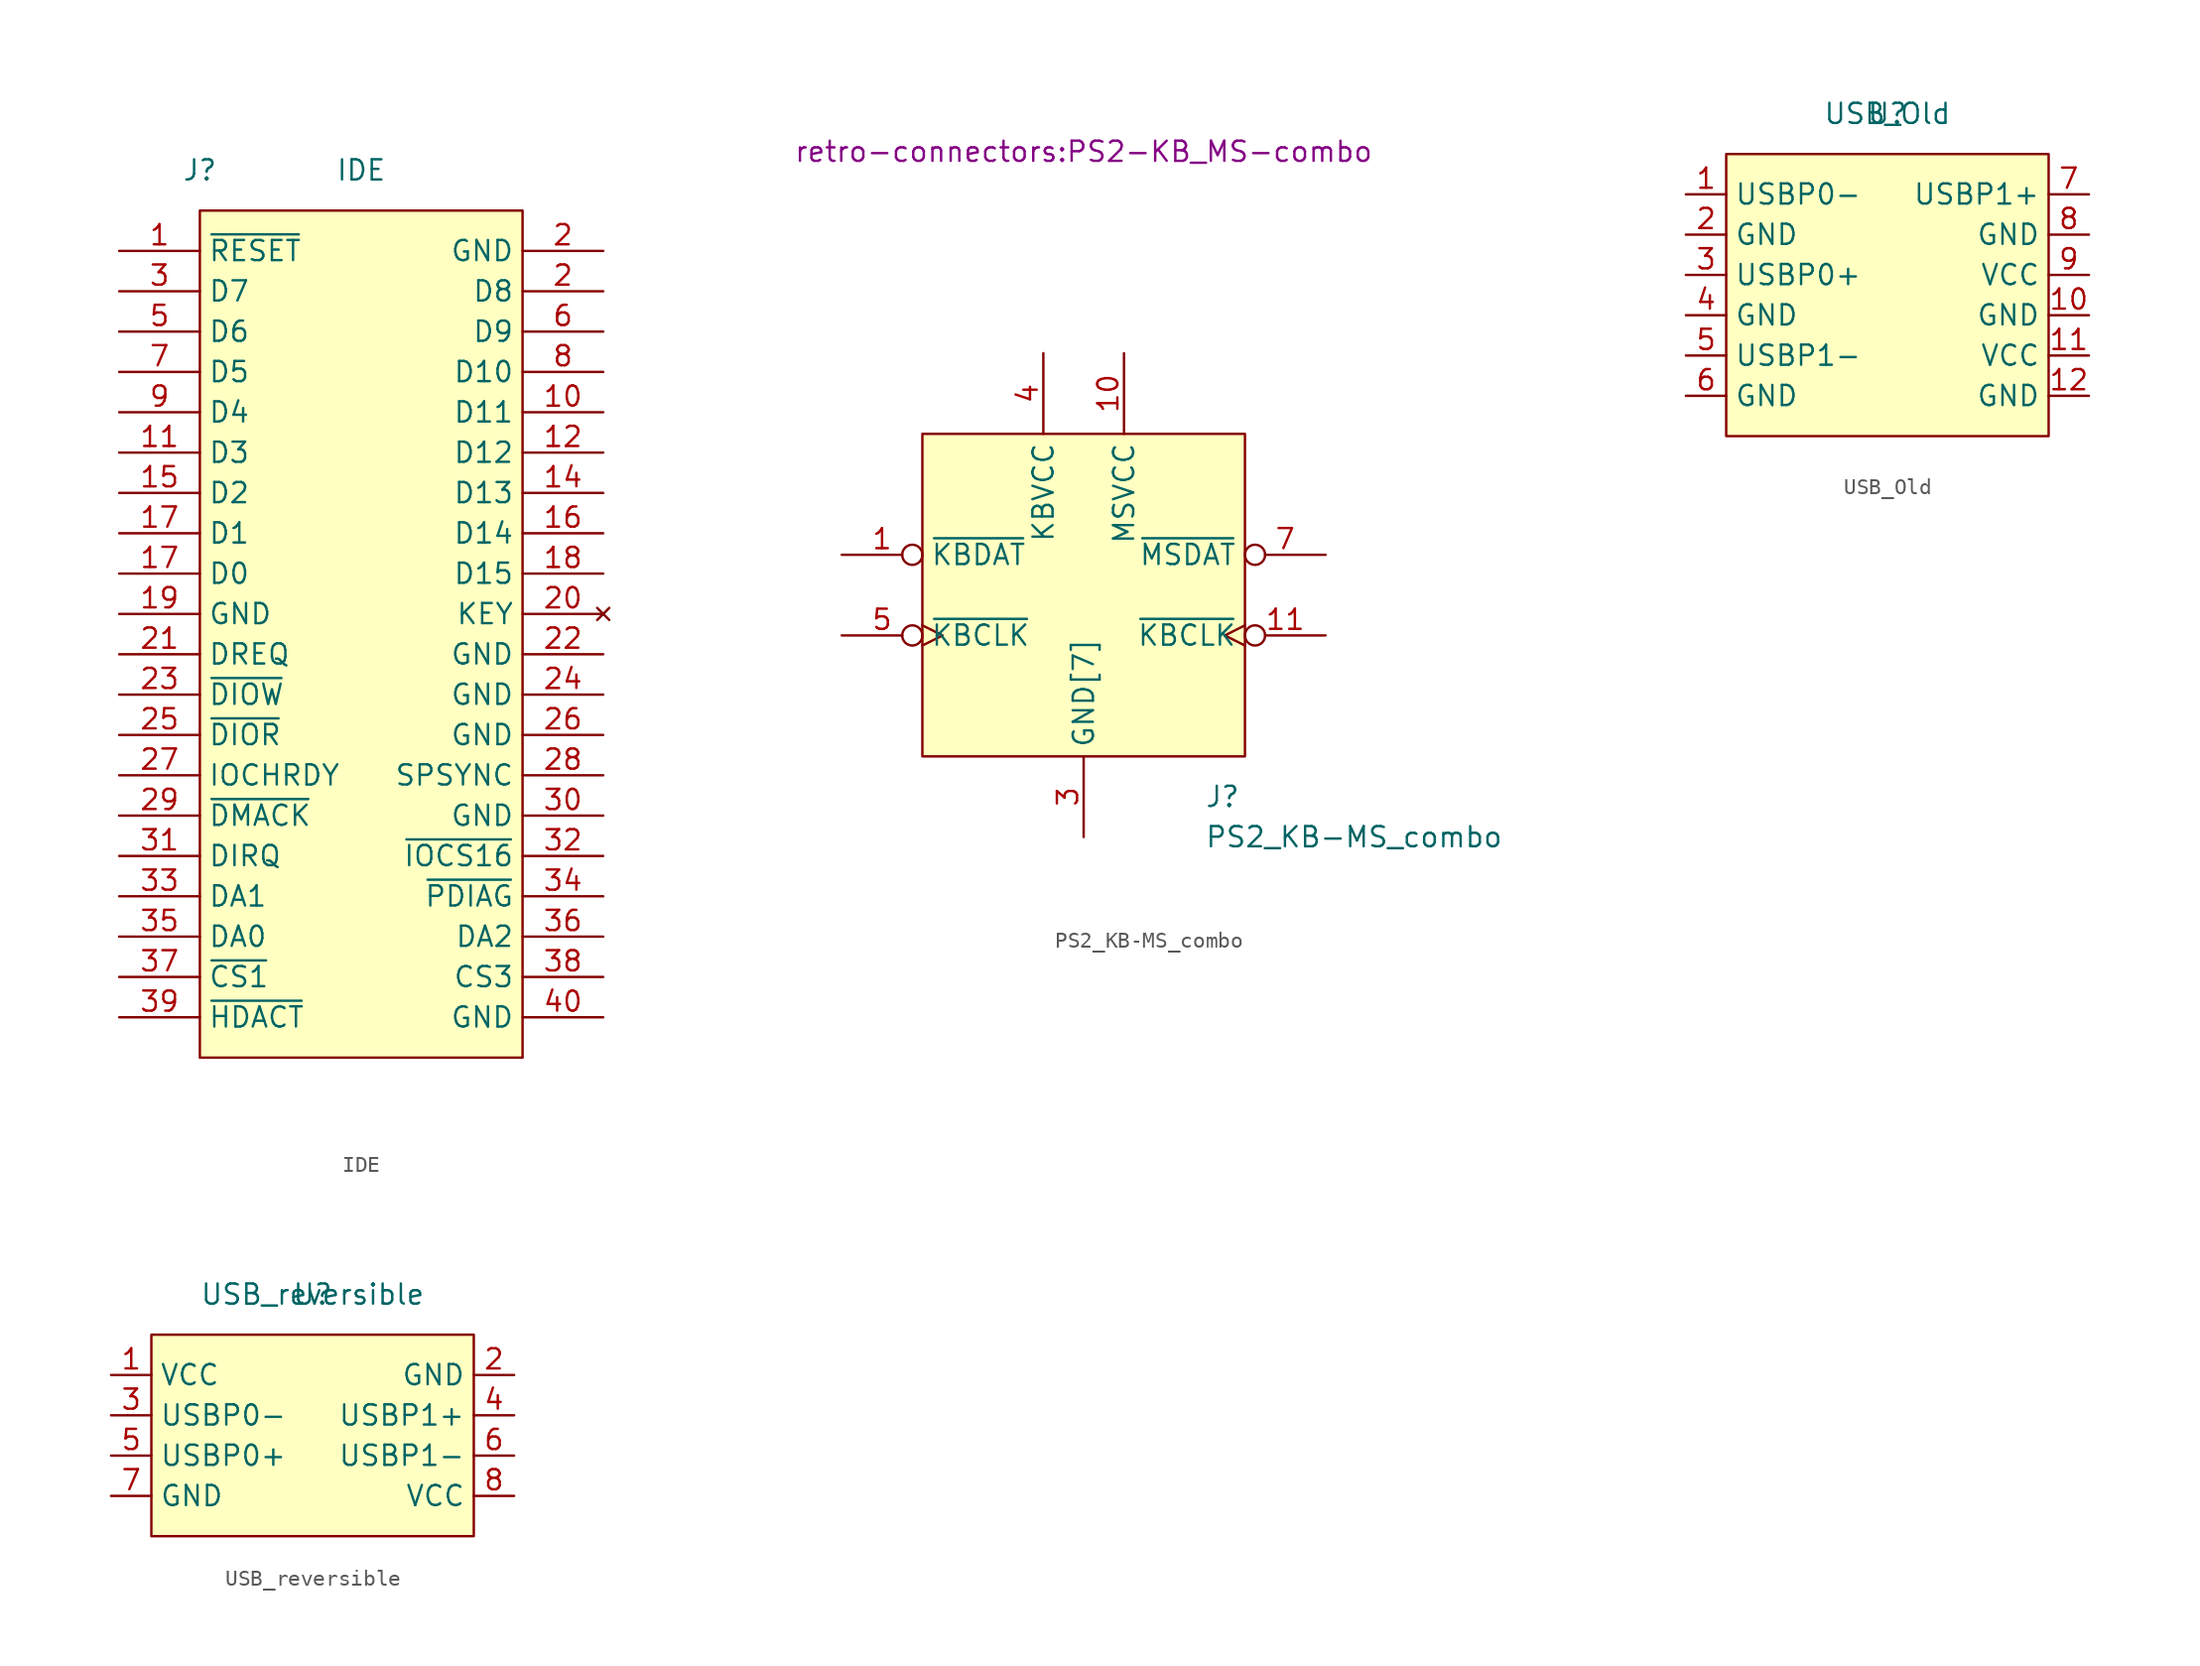
<source format=kicad_sym>
(kicad_symbol_lib
  (version 20211014)
  (generator kicad_symbol_editor)
  (symbol "IDE"
    (property "Reference" "J"
      (at -10.16 22.86 0)
      (effects (font (size 1.27 1.27))))
    (property "Value" "IDE"
      (at 0 22.86 0)
      (effects (font (size 1.27 1.27))))
    (symbol "IDE_0_1"
      (rectangle (start -10.16 20.32) (end 10.16 -33.02) (stroke (width 0.152) (type default) (color 0 0 0 0)) (fill (type background))))
    (symbol "IDE_1_1"
      (pin power_in line (at -15.24 17.78 0) (length 5.08) (name "~{RESET}" (effects (font (size 1.27 1.27)))) (number "1" (effects (font (size 1.27 1.27)))))
      (pin bidirectional line (at 15.24 7.62 180) (length 5.08) (name "D11" (effects (font (size 1.27 1.27)))) (number "10" (effects (font (size 1.27 1.27)))))
      (pin bidirectional line (at -15.24 5.08 0) (length 5.08) (name "D3" (effects (font (size 1.27 1.27)))) (number "11" (effects (font (size 1.27 1.27)))))
      (pin bidirectional line (at 15.24 5.08 180) (length 5.08) (name "D12" (effects (font (size 1.27 1.27)))) (number "12" (effects (font (size 1.27 1.27)))))
      (pin bidirectional line (at 15.24 2.54 180) (length 5.08) (name "D13" (effects (font (size 1.27 1.27)))) (number "14" (effects (font (size 1.27 1.27)))))
      (pin bidirectional line (at -15.24 2.54 0) (length 5.08) (name "D2" (effects (font (size 1.27 1.27)))) (number "15" (effects (font (size 1.27 1.27)))))
      (pin bidirectional line (at 15.24 0 180) (length 5.08) (name "D14" (effects (font (size 1.27 1.27)))) (number "16" (effects (font (size 1.27 1.27)))))
      (pin bidirectional line (at -15.24 -2.54 0) (length 5.08) (name "D0" (effects (font (size 1.27 1.27)))) (number "17" (effects (font (size 1.27 1.27)))))
      (pin bidirectional line (at -15.24 0 0) (length 5.08) (name "D1" (effects (font (size 1.27 1.27)))) (number "17" (effects (font (size 1.27 1.27)))))
      (pin bidirectional line (at 15.24 -2.54 180) (length 5.08) (name "D15" (effects (font (size 1.27 1.27)))) (number "18" (effects (font (size 1.27 1.27)))))
      (pin power_in line (at -15.24 -5.08 0) (length 5.08) (name "GND" (effects (font (size 1.27 1.27)))) (number "19" (effects (font (size 1.27 1.27)))))
      (pin bidirectional line (at 15.24 15.24 180) (length 5.08) (name "D8" (effects (font (size 1.27 1.27)))) (number "2" (effects (font (size 1.27 1.27)))))
      (pin power_in line (at 15.24 17.78 180) (length 5.08) (name "GND" (effects (font (size 1.27 1.27)))) (number "2" (effects (font (size 1.27 1.27)))))
      (pin no_connect line (at 15.24 -5.08 180) (length 5.08) (name "KEY" (effects (font (size 1.27 1.27)))) (number "20" (effects (font (size 1.27 1.27)))))
      (pin output line (at -15.24 -7.62 0) (length 5.08) (name "DREQ" (effects (font (size 1.27 1.27)))) (number "21" (effects (font (size 1.27 1.27)))))
      (pin power_in line (at 15.24 -7.62 180) (length 5.08) (name "GND" (effects (font (size 1.27 1.27)))) (number "22" (effects (font (size 1.27 1.27)))))
      (pin output line (at -15.24 -10.16 0) (length 5.08) (name "~{DIOW}" (effects (font (size 1.27 1.27)))) (number "23" (effects (font (size 1.27 1.27)))))
      (pin power_in line (at 15.24 -10.16 180) (length 5.08) (name "GND" (effects (font (size 1.27 1.27)))) (number "24" (effects (font (size 1.27 1.27)))))
      (pin output line (at -15.24 -12.7 0) (length 5.08) (name "~{DIOR}" (effects (font (size 1.27 1.27)))) (number "25" (effects (font (size 1.27 1.27)))))
      (pin power_in line (at 15.24 -12.7 180) (length 5.08) (name "GND" (effects (font (size 1.27 1.27)))) (number "26" (effects (font (size 1.27 1.27)))))
      (pin input line (at -15.24 -15.24 0) (length 5.08) (name "IOCHRDY" (effects (font (size 1.27 1.27)))) (number "27" (effects (font (size 1.27 1.27)))))
      (pin bidirectional line (at 15.24 -15.24 180) (length 5.08) (name "SPSYNC" (effects (font (size 1.27 1.27)))) (number "28" (effects (font (size 1.27 1.27)))))
      (pin bidirectional line (at -15.24 -17.78 0) (length 5.08) (name "~{DMACK}" (effects (font (size 1.27 1.27)))) (number "29" (effects (font (size 1.27 1.27)))))
      (pin bidirectional line (at -15.24 15.24 0) (length 5.08) (name "D7" (effects (font (size 1.27 1.27)))) (number "3" (effects (font (size 1.27 1.27)))))
      (pin power_in line (at 15.24 -17.78 180) (length 5.08) (name "GND" (effects (font (size 1.27 1.27)))) (number "30" (effects (font (size 1.27 1.27)))))
      (pin input line (at -15.24 -20.32 0) (length 5.08) (name "DIRQ" (effects (font (size 1.27 1.27)))) (number "31" (effects (font (size 1.27 1.27)))))
      (pin output line (at 15.24 -20.32 180) (length 5.08) (name "~{IOCS16}" (effects (font (size 1.27 1.27)))) (number "32" (effects (font (size 1.27 1.27)))))
      (pin output line (at -15.24 -22.86 0) (length 5.08) (name "DA1" (effects (font (size 1.27 1.27)))) (number "33" (effects (font (size 1.27 1.27)))))
      (pin input line (at 15.24 -22.86 180) (length 5.08) (name "~{PDIAG}" (effects (font (size 1.27 1.27)))) (number "34" (effects (font (size 1.27 1.27)))))
      (pin output line (at -15.24 -25.4 0) (length 5.08) (name "DA0" (effects (font (size 1.27 1.27)))) (number "35" (effects (font (size 1.27 1.27)))))
      (pin output line (at 15.24 -25.4 180) (length 5.08) (name "DA2" (effects (font (size 1.27 1.27)))) (number "36" (effects (font (size 1.27 1.27)))))
      (pin input line (at -15.24 -27.94 0) (length 5.08) (name "~{CS1}" (effects (font (size 1.27 1.27)))) (number "37" (effects (font (size 1.27 1.27)))))
      (pin output line (at 15.24 -27.94 180) (length 5.08) (name "CS3" (effects (font (size 1.27 1.27)))) (number "38" (effects (font (size 1.27 1.27)))))
      (pin output line (at -15.24 -30.48 0) (length 5.08) (name "~{HDACT}" (effects (font (size 1.27 1.27)))) (number "39" (effects (font (size 1.27 1.27)))))
      (pin power_in line (at 15.24 -30.48 180) (length 5.08) (name "GND" (effects (font (size 1.27 1.27)))) (number "40" (effects (font (size 1.27 1.27)))))
      (pin bidirectional line (at -15.24 12.7 0) (length 5.08) (name "D6" (effects (font (size 1.27 1.27)))) (number "5" (effects (font (size 1.27 1.27)))))
      (pin bidirectional line (at 15.24 12.7 180) (length 5.08) (name "D9" (effects (font (size 1.27 1.27)))) (number "6" (effects (font (size 1.27 1.27)))))
      (pin bidirectional line (at -15.24 10.16 0) (length 5.08) (name "D5" (effects (font (size 1.27 1.27)))) (number "7" (effects (font (size 1.27 1.27)))))
      (pin bidirectional line (at 15.24 10.16 180) (length 5.08) (name "D10" (effects (font (size 1.27 1.27)))) (number "8" (effects (font (size 1.27 1.27)))))
      (pin bidirectional line (at -15.24 7.62 0) (length 5.08) (name "D4" (effects (font (size 1.27 1.27)))) (number "9" (effects (font (size 1.27 1.27)))))))
  (symbol "PS2_KB-MS_combo"
    (property "Reference" "J"
      (at 7.62 -12.7 0)
      (effects (font (size 1.27 1.27)) (justify left)))
    (property "Value" "PS2_KB-MS_combo"
      (at 7.62 -15.24 0)
      (effects (font (size 1.27 1.27)) (justify left)))
    (property "Footprint" "retro-connectors:PS2-KB_MS-combo"
      (at 0 27.94 0)
      (effects (font (size 1.27 1.27))))
    (symbol "PS2_KB-MS_combo_0_1"
      (rectangle (start -10.16 10.16) (end 10.16 -10.16) (stroke (width 0.152) (type default) (color 0 0 0 0)) (fill (type background))))
    (symbol "PS2_KB-MS_combo_1_1"
      (pin output inverted (at -15.24 2.54 0) (length 5.08) (name "~{KBDAT}" (effects (font (size 1.27 1.27)))) (number "1" (effects (font (size 1.27 1.27)))))
      (pin power_in line (at 2.54 15.24 270) (length 5.08) (name "MSVCC" (effects (font (size 1.27 1.27)))) (number "10" (effects (font (size 1.27 1.27)))))
      (pin input inverted_clock (at 15.24 -2.54 180) (length 5.08) (name "~{KBCLK}" (effects (font (size 1.27 1.27)))) (number "11" (effects (font (size 1.27 1.27)))))
      (pin no_connect line (at -7.62 -15.24 90) (length 5.08) hide (name "NC" (effects (font (size 1.27 1.27)))) (number "12" (effects (font (size 1.27 1.27)))))
      (pin power_in line (at 0 -15.24 90) (length 5.08) hide (name "GND" (effects (font (size 1.27 1.27)))) (number "13" (effects (font (size 1.27 1.27)))))
      (pin power_in line (at 0 -15.24 90) (length 5.08) hide (name "GND" (effects (font (size 1.27 1.27)))) (number "14" (effects (font (size 1.27 1.27)))))
      (pin power_in line (at 0 -15.24 90) (length 5.08) hide (name "GND" (effects (font (size 1.27 1.27)))) (number "15" (effects (font (size 1.27 1.27)))))
      (pin power_in line (at 0 -15.24 90) (length 5.08) hide (name "GND" (effects (font (size 1.27 1.27)))) (number "16" (effects (font (size 1.27 1.27)))))
      (pin power_in line (at 0 -15.24 90) (length 5.08) hide (name "GND" (effects (font (size 1.27 1.27)))) (number "17" (effects (font (size 1.27 1.27)))))
      (pin no_connect line (at -2.54 -15.24 90) (length 5.08) hide (name "NC" (effects (font (size 1.27 1.27)))) (number "2" (effects (font (size 1.27 1.27)))))
      (pin power_in line (at 0 -15.24 90) (length 5.08) (name "GND[7]" (effects (font (size 1.27 1.27)))) (number "3" (effects (font (size 1.27 1.27)))))
      (pin power_in line (at -2.54 15.24 270) (length 5.08) (name "KBVCC" (effects (font (size 1.27 1.27)))) (number "4" (effects (font (size 1.27 1.27)))))
      (pin input inverted_clock (at -15.24 -2.54 0) (length 5.08) (name "~{KBCLK}" (effects (font (size 1.27 1.27)))) (number "5" (effects (font (size 1.27 1.27)))))
      (pin no_connect clock (at -5.08 -15.24 90) (length 5.08) hide (name "NC" (effects (font (size 1.27 1.27)))) (number "6" (effects (font (size 1.27 1.27)))))
      (pin output inverted (at 15.24 2.54 180) (length 5.08) (name "~{MSDAT}" (effects (font (size 1.27 1.27)))) (number "7" (effects (font (size 1.27 1.27)))))
      (pin no_connect line (at -5.08 -15.24 90) (length 5.08) hide (name "NC" (effects (font (size 1.27 1.27)))) (number "8" (effects (font (size 1.27 1.27)))))
      (pin power_in line (at 0 -15.24 90) (length 5.08) hide (name "GND" (effects (font (size 1.27 1.27)))) (number "9" (effects (font (size 1.27 1.27)))))))
  (symbol "USB_Old"
    (property "Reference" "U"
      (at 0 10.16 0)
      (effects (font (size 1.27 1.27))))
    (property "Value" "USB_Old"
      (at 0 10.16 0)
      (effects (font (size 1.27 1.27))))
    (symbol "USB_Old_0_1"
      (rectangle (start -10.16 7.62) (end 10.16 -10.16) (stroke (width 0.152) (type default) (color 0 0 0 0)) (fill (type background))))
    (symbol "USB_Old_1_1"
      (pin bidirectional line (at -12.7 5.08 0) (length 2.54) (name "USBP0-" (effects (font (size 1.27 1.27)))) (number "1" (effects (font (size 1.27 1.27)))))
      (pin power_in line (at 12.7 -2.54 180) (length 2.54) (name "GND" (effects (font (size 1.27 1.27)))) (number "10" (effects (font (size 1.27 1.27)))))
      (pin power_in line (at 12.7 -5.08 180) (length 2.54) (name "VCC" (effects (font (size 1.27 1.27)))) (number "11" (effects (font (size 1.27 1.27)))))
      (pin power_in line (at 12.7 -7.62 180) (length 2.54) (name "GND" (effects (font (size 1.27 1.27)))) (number "12" (effects (font (size 1.27 1.27)))))
      (pin power_in line (at -12.7 2.54 0) (length 2.54) (name "GND" (effects (font (size 1.27 1.27)))) (number "2" (effects (font (size 1.27 1.27)))))
      (pin bidirectional line (at -12.7 0 0) (length 2.54) (name "USBP0+" (effects (font (size 1.27 1.27)))) (number "3" (effects (font (size 1.27 1.27)))))
      (pin power_in line (at -12.7 -2.54 0) (length 2.54) (name "GND" (effects (font (size 1.27 1.27)))) (number "4" (effects (font (size 1.27 1.27)))))
      (pin bidirectional line (at -12.7 -5.08 0) (length 2.54) (name "USBP1-" (effects (font (size 1.27 1.27)))) (number "5" (effects (font (size 1.27 1.27)))))
      (pin power_in line (at -12.7 -7.62 0) (length 2.54) (name "GND" (effects (font (size 1.27 1.27)))) (number "6" (effects (font (size 1.27 1.27)))))
      (pin bidirectional line (at 12.7 5.08 180) (length 2.54) (name "USBP1+" (effects (font (size 1.27 1.27)))) (number "7" (effects (font (size 1.27 1.27)))))
      (pin power_in line (at 12.7 2.54 180) (length 2.54) (name "GND" (effects (font (size 1.27 1.27)))) (number "8" (effects (font (size 1.27 1.27)))))
      (pin power_in line (at 12.7 0 180) (length 2.54) (name "VCC" (effects (font (size 1.27 1.27)))) (number "9" (effects (font (size 1.27 1.27)))))))
  (symbol "USB_reversible"
    (property "Reference" "U"
      (at 0 0 0)
      (effects (font (size 1.27 1.27))))
    (property "Value" "USB_reversible"
      (at 0 0 0)
      (effects (font (size 1.27 1.27))))
    (symbol "USB_reversible_0_1"
      (rectangle (start -10.16 -2.54) (end 10.16 -15.24) (stroke (width 0.152) (type default) (color 0 0 0 0)) (fill (type background))))
    (symbol "USB_reversible_1_1"
      (pin power_in line (at -12.7 -5.08 0) (length 2.54) (name "VCC" (effects (font (size 1.27 1.27)))) (number "1" (effects (font (size 1.27 1.27)))))
      (pin power_in line (at 12.7 -5.08 180) (length 2.54) (name "GND" (effects (font (size 1.27 1.27)))) (number "2" (effects (font (size 1.27 1.27)))))
      (pin bidirectional line (at -12.7 -7.62 0) (length 2.54) (name "USBP0-" (effects (font (size 1.27 1.27)))) (number "3" (effects (font (size 1.27 1.27)))))
      (pin bidirectional line (at 12.7 -7.62 180) (length 2.54) (name "USBP1+" (effects (font (size 1.27 1.27)))) (number "4" (effects (font (size 1.27 1.27)))))
      (pin bidirectional line (at -12.7 -10.16 0) (length 2.54) (name "USBP0+" (effects (font (size 1.27 1.27)))) (number "5" (effects (font (size 1.27 1.27)))))
      (pin bidirectional line (at 12.7 -10.16 180) (length 2.54) (name "USBP1-" (effects (font (size 1.27 1.27)))) (number "6" (effects (font (size 1.27 1.27)))))
      (pin power_in line (at -12.7 -12.7 0) (length 2.54) (name "GND" (effects (font (size 1.27 1.27)))) (number "7" (effects (font (size 1.27 1.27)))))
      (pin power_in line (at 12.7 -12.7 180) (length 2.54) (name "VCC" (effects (font (size 1.27 1.27)))) (number "8" (effects (font (size 1.27 1.27))))))))
</source>
